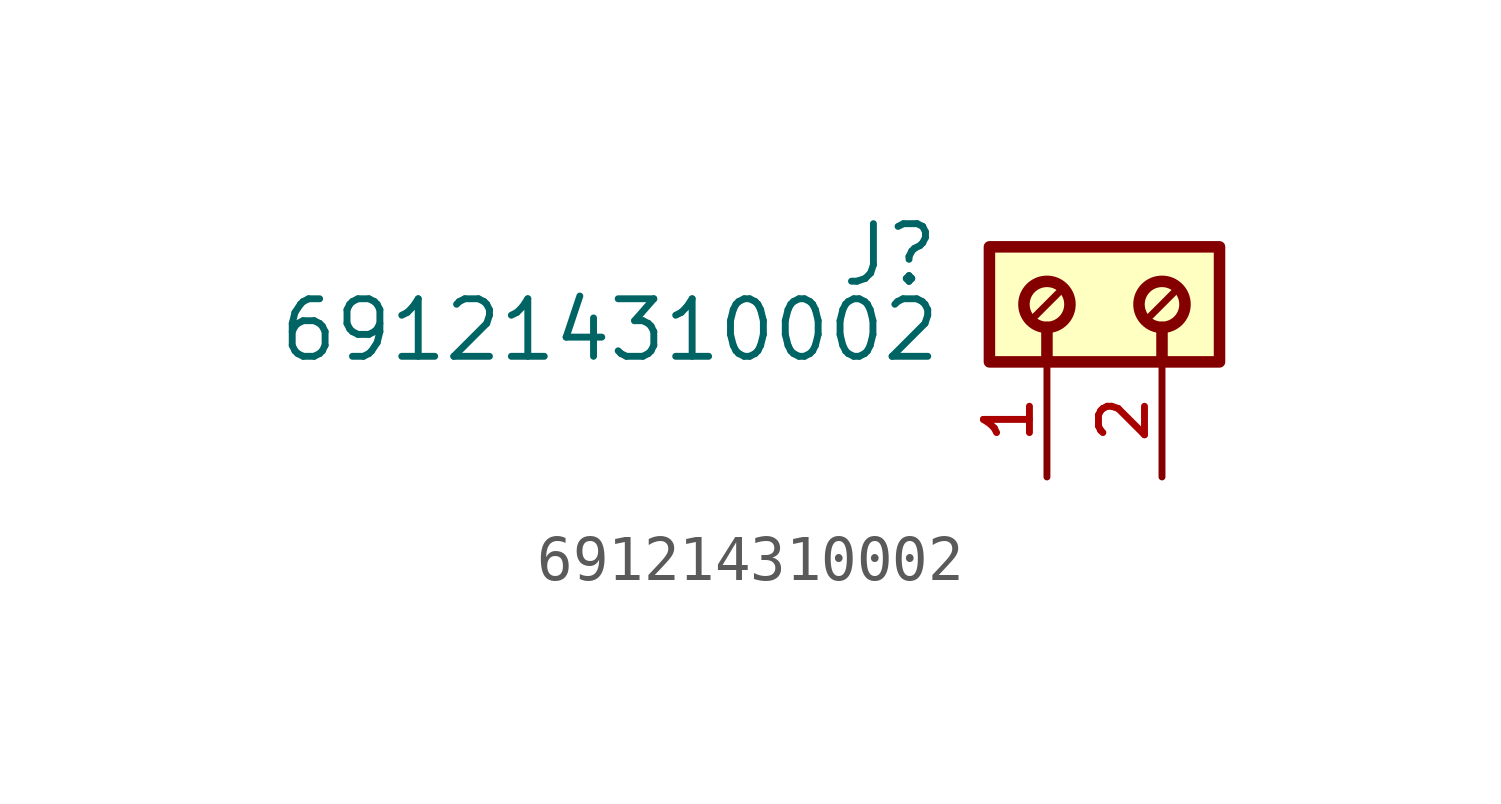
<source format=kicad_sym>
(kicad_symbol_lib
  (version 20211014)
  (generator kicad_symbol_editor)
  (symbol "691214310002"
    (pin_names
      (offset 1.016))
    (property "Reference" "J"
      (at -4.88 -0.922 0)
      (effects (font (size 1.27 1.27)) (justify bottom right)))
    (property "Value" "691214310002"
      (at -4.83 -2.58 0)
      (effects (font (size 1.27 1.27)) (justify bottom right)))
    (symbol "691214310002_0_0"
      (polyline (pts (xy -2.54 -1.778) (xy -2.54 -2.54)) (stroke (width 0.254)))
      (polyline (pts (xy 0.0 -1.778) (xy 0.0 -2.54)) (stroke (width 0.254)))
      (polyline (pts (xy -2.286 -1.016) (xy -2.794 -1.524)) (stroke (width 0.152)))
      (polyline (pts (xy 0.254 -1.016) (xy -0.254 -1.524)) (stroke (width 0.152)))
      (circle (center -2.54 -1.27) (radius 0.508) (stroke (width 0.254)) (fill (type none)))
      (circle (center 0.0 -1.27) (radius 0.508) (stroke (width 0.254)) (fill (type none)))
      (rectangle (start -3.81 -2.54) (end 1.27 -2.22044604925e-16) (stroke (width 0.254)) (fill (type background)))
      (pin passive line (at -2.54 -5.08 90.0) (length 2.54) (name "~" (effects (font (size 1.016 1.016)))) (number "1" (effects (font (size 1.016 1.016)))))
      (pin passive line (at 0.0 -5.08 90.0) (length 2.54) (name "~" (effects (font (size 1.016 1.016)))) (number "2" (effects (font (size 1.016 1.016))))))))
</source>
